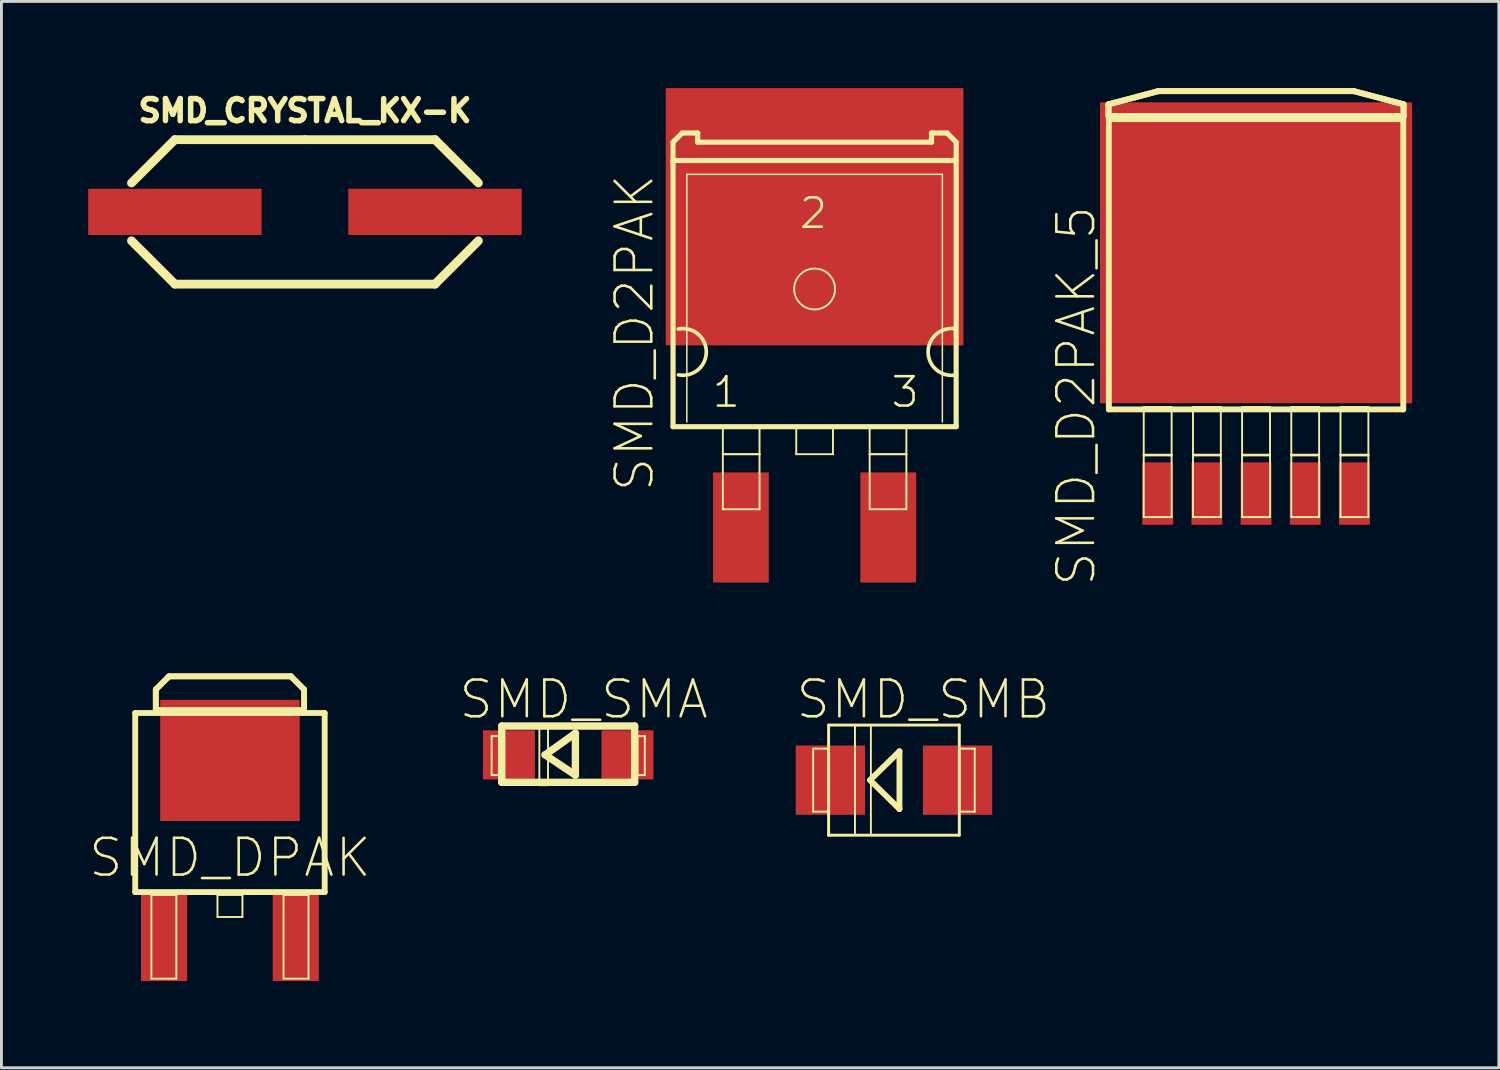
<source format=kicad_pcb>
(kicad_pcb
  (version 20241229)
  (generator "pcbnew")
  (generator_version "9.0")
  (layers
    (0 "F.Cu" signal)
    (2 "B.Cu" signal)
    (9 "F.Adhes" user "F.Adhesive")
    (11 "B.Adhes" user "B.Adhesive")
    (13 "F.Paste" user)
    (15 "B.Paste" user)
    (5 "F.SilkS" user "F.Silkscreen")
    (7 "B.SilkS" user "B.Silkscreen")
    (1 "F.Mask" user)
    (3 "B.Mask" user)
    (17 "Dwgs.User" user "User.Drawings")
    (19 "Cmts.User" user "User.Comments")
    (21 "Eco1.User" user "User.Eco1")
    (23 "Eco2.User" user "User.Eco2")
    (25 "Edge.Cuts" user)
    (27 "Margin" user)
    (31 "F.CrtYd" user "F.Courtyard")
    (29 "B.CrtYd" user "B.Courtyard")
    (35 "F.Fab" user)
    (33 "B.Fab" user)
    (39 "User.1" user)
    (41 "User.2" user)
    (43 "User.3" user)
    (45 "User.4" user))
  (footprint "SMD_SMB"
    (layer "F.Cu")
    (at 27.876 23.939)
    (property "Reference" "SMD_SMB" (at 1.016 -2.794 0) (layer "F.SilkS") (effects (font (size 1.27 1.27) (thickness 0.089))))
    (attr smd)
    (fp_line (start -2.794 -1.09) (end -2.261 -1.09) (stroke (width 0.066) (type solid)) (layer "F.SilkS"))
    (fp_line (start -2.794 1.09) (end -2.794 -1.09) (stroke (width 0.066) (type solid)) (layer "F.SilkS"))
    (fp_line (start -2.794 1.09) (end -2.261 1.09) (stroke (width 0.066) (type solid)) (layer "F.SilkS"))
    (fp_line (start -2.261 -1.905) (end 2.261 -1.905) (stroke (width 0.102) (type solid)) (layer "F.SilkS"))
    (fp_line (start -2.261 1.09) (end -2.261 -1.09) (stroke (width 0.066) (type solid)) (layer "F.SilkS"))
    (fp_line (start -2.261 1.905) (end -2.261 -1.905) (stroke (width 0.102) (type solid)) (layer "F.SilkS"))
    (fp_line (start -2.261 1.905) (end 2.261 1.905) (stroke (width 0.102) (type solid)) (layer "F.SilkS"))
    (fp_line (start -1.349 -1.9) (end -0.798 -1.9) (stroke (width 0.066) (type solid)) (layer "F.SilkS"))
    (fp_line (start -1.349 1.9) (end -1.349 -1.9) (stroke (width 0.066) (type solid)) (layer "F.SilkS"))
    (fp_line (start -1.349 1.9) (end -0.798 1.9) (stroke (width 0.066) (type solid)) (layer "F.SilkS"))
    (fp_line (start -0.828 0) (end 0.191 0.998) (stroke (width 0.203) (type solid)) (layer "F.SilkS"))
    (fp_line (start -0.798 1.9) (end -0.798 -1.9) (stroke (width 0.066) (type solid)) (layer "F.SilkS"))
    (fp_line (start 0.191 -0.998) (end -0.828 0) (stroke (width 0.203) (type solid)) (layer "F.SilkS"))
    (fp_line (start 0.191 0.998) (end 0.191 -0.998) (stroke (width 0.203) (type solid)) (layer "F.SilkS"))
    (fp_line (start 2.261 -1.09) (end 2.794 -1.09) (stroke (width 0.066) (type solid)) (layer "F.SilkS"))
    (fp_line (start 2.261 1.09) (end 2.261 -1.09) (stroke (width 0.066) (type solid)) (layer "F.SilkS"))
    (fp_line (start 2.261 1.09) (end 2.794 1.09) (stroke (width 0.066) (type solid)) (layer "F.SilkS"))
    (fp_line (start 2.261 1.905) (end 2.261 -1.905) (stroke (width 0.102) (type solid)) (layer "F.SilkS"))
    (fp_line (start 2.794 1.09) (end 2.794 -1.09) (stroke (width 0.066) (type solid)) (layer "F.SilkS"))
    (pad "1" smd rect (at -2.2 0) (size 2.398 2.398) (layers "F.Cu" "F.Mask" "F.Paste"))
    (pad "2" smd rect (at 2.2 0) (size 2.398 2.398) (layers "F.Cu" "F.Mask" "F.Paste")))
  (footprint "SMD_DPAK"
    (layer "F.Cu")
    (at 4.905 25.351)
    (property "Reference" "SMD_DPAK" (at 0 1.27 180) (layer "F.SilkS") (effects (font (size 1.27 1.27) (thickness 0.089))))
    (attr smd)
    (fp_line (start -3.277 -3.734) (end 3.277 -3.734) (stroke (width 0.203) (type solid)) (layer "F.SilkS"))
    (fp_line (start -3.277 2.459) (end -3.277 -3.734) (stroke (width 0.203) (type solid)) (layer "F.SilkS"))
    (fp_line (start -2.718 2.56) (end -1.854 2.56) (stroke (width 0.066) (type solid)) (layer "F.SilkS"))
    (fp_line (start -2.718 5.456) (end -2.718 2.56) (stroke (width 0.066) (type solid)) (layer "F.SilkS"))
    (fp_line (start -2.718 5.456) (end -1.854 5.456) (stroke (width 0.066) (type solid)) (layer "F.SilkS"))
    (fp_line (start -2.565 -4.547) (end -2.108 -5.004) (stroke (width 0.198) (type solid)) (layer "F.SilkS"))
    (fp_line (start -2.565 -4.547) (end -2.108 -5.004) (stroke (width 0.203) (type solid)) (layer "F.SilkS"))
    (fp_line (start -2.565 -3.835) (end -2.565 -4.547) (stroke (width 0.198) (type solid)) (layer "F.SilkS"))
    (fp_line (start -2.565 -3.835) (end -2.565 -4.547) (stroke (width 0.203) (type solid)) (layer "F.SilkS"))
    (fp_line (start -2.108 -5.004) (end 2.108 -5.004) (stroke (width 0.198) (type solid)) (layer "F.SilkS"))
    (fp_line (start -2.108 -5.004) (end 2.108 -5.004) (stroke (width 0.203) (type solid)) (layer "F.SilkS"))
    (fp_line (start -1.854 5.456) (end -1.854 2.56) (stroke (width 0.066) (type solid)) (layer "F.SilkS"))
    (fp_line (start -0.432 2.56) (end 0.432 2.56) (stroke (width 0.066) (type solid)) (layer "F.SilkS"))
    (fp_line (start -0.432 3.322) (end -0.432 2.56) (stroke (width 0.066) (type solid)) (layer "F.SilkS"))
    (fp_line (start -0.432 3.322) (end 0.432 3.322) (stroke (width 0.066) (type solid)) (layer "F.SilkS"))
    (fp_line (start 0.432 3.322) (end 0.432 2.56) (stroke (width 0.066) (type solid)) (layer "F.SilkS"))
    (fp_line (start 1.854 2.56) (end 2.718 2.56) (stroke (width 0.066) (type solid)) (layer "F.SilkS"))
    (fp_line (start 1.854 5.456) (end 1.854 2.56) (stroke (width 0.066) (type solid)) (layer "F.SilkS"))
    (fp_line (start 1.854 5.456) (end 2.718 5.456) (stroke (width 0.066) (type solid)) (layer "F.SilkS"))
    (fp_line (start 2.108 -5.004) (end 2.565 -4.547) (stroke (width 0.198) (type solid)) (layer "F.SilkS"))
    (fp_line (start 2.108 -5.004) (end 2.565 -4.547) (stroke (width 0.203) (type solid)) (layer "F.SilkS"))
    (fp_line (start 2.565 -4.547) (end 2.565 -3.835) (stroke (width 0.198) (type solid)) (layer "F.SilkS"))
    (fp_line (start 2.565 -4.547) (end 2.565 -3.835) (stroke (width 0.203) (type solid)) (layer "F.SilkS"))
    (fp_line (start 2.565 -3.835) (end -2.565 -3.835) (stroke (width 0.198) (type solid)) (layer "F.SilkS"))
    (fp_line (start 2.565 -3.835) (end -2.565 -3.835) (stroke (width 0.203) (type solid)) (layer "F.SilkS"))
    (fp_line (start 2.718 5.456) (end 2.718 2.56) (stroke (width 0.066) (type solid)) (layer "F.SilkS"))
    (fp_line (start 3.277 -3.734) (end 3.277 2.459) (stroke (width 0.203) (type solid)) (layer "F.SilkS"))
    (fp_line (start 3.277 2.459) (end -3.277 2.459) (stroke (width 0.203) (type solid)) (layer "F.SilkS"))
    (pad "1" smd rect (at -2.278 4.039) (size 1.598 3) (layers "F.Cu" "F.Mask" "F.Paste"))
    (pad "2" smd rect (at 0 -2.095) (size 4.826 4.191) (layers "F.Cu" "F.Mask" "F.Paste"))
    (pad "3" smd rect (at 2.278 4.039) (size 1.598 3) (layers "F.Cu" "F.Mask" "F.Paste")))
  (footprint "SMD_CRYSTAL_KX-K"
    (layer "F.Cu")
    (at 7.501 4.28)
    (property "Reference" "SMD_CRYSTAL_KX-K" (at 0 -3.5 0) (layer "F.SilkS") (effects (font (size 0.762 0.762) (thickness 0.191))))
    (attr through_hole)
    (fp_line (start -6.002 1.001) (end -4.501 2.499) (stroke (width 0.305) (type solid)) (layer "F.SilkS"))
    (fp_line (start -4.501 -2.499) (end -6.002 -1.001) (stroke (width 0.305) (type solid)) (layer "F.SilkS"))
    (fp_line (start -4.501 2.499) (end 4.498 2.499) (stroke (width 0.305) (type solid)) (layer "F.SilkS"))
    (fp_line (start 0 -2.499) (end -4.501 -2.499) (stroke (width 0.305) (type solid)) (layer "F.SilkS"))
    (fp_line (start 0 -2.499) (end 4.498 -2.499) (stroke (width 0.305) (type solid)) (layer "F.SilkS"))
    (fp_line (start 4.498 -2.499) (end 5.999 -1.001) (stroke (width 0.305) (type solid)) (layer "F.SilkS"))
    (fp_line (start 4.498 2.499) (end 5.999 1.001) (stroke (width 0.305) (type solid)) (layer "F.SilkS"))
    (pad "1" smd rect (at -4.501 0) (size 5.999 1.6) (layers "F.Cu" "F.Mask" "F.Paste"))
    (pad "2" smd rect (at 4.498 0) (size 5.999 1.6) (layers "F.Cu" "F.Mask" "F.Paste")))
  (footprint "SMD_D2PAK"
    (layer "F.Cu")
    (at 25.131 6.948)
    (property "Reference" "SMD_D2PAK" (at -6.233 1.519 90) (layer "F.SilkS") (effects (font (size 1.27 1.27) (thickness 0.089))))
    (attr smd)
    (fp_line (start -4.897 -5.08) (end -4.58 -5.397) (stroke (width 0.178) (type solid)) (layer "F.SilkS"))
    (fp_line (start -4.897 -4.445) (end -4.897 -5.08) (stroke (width 0.178) (type solid)) (layer "F.SilkS"))
    (fp_line (start -4.897 -4.445) (end 4.897 -4.445) (stroke (width 0.178) (type solid)) (layer "F.SilkS"))
    (fp_line (start -4.897 4.763) (end -4.897 -4.445) (stroke (width 0.178) (type solid)) (layer "F.SilkS"))
    (fp_line (start -4.58 -5.397) (end -4.044 -5.397) (stroke (width 0.178) (type solid)) (layer "F.SilkS"))
    (fp_line (start -4.42 -3.967) (end 4.42 -3.967) (stroke (width 0.051) (type solid)) (layer "F.SilkS"))
    (fp_line (start -4.42 4.602) (end -4.42 -3.967) (stroke (width 0.051) (type solid)) (layer "F.SilkS"))
    (fp_line (start -4.044 -5.397) (end -4.044 -5.08) (stroke (width 0.178) (type solid)) (layer "F.SilkS"))
    (fp_line (start -4.044 -5.08) (end 4.044 -5.08) (stroke (width 0.178) (type solid)) (layer "F.SilkS"))
    (fp_line (start -3.175 4.763) (end -1.905 4.763) (stroke (width 0.066) (type solid)) (layer "F.SilkS"))
    (fp_line (start -3.175 5.715) (end -3.175 4.763) (stroke (width 0.066) (type solid)) (layer "F.SilkS"))
    (fp_line (start -3.175 5.715) (end -1.905 5.715) (stroke (width 0.066) (type solid)) (layer "F.SilkS"))
    (fp_line (start -3.175 5.715) (end -1.905 5.715) (stroke (width 0.066) (type solid)) (layer "F.SilkS"))
    (fp_line (start -3.175 7.62) (end -3.175 5.715) (stroke (width 0.066) (type solid)) (layer "F.SilkS"))
    (fp_line (start -3.175 7.62) (end -1.905 7.62) (stroke (width 0.066) (type solid)) (layer "F.SilkS"))
    (fp_line (start -1.905 5.715) (end -1.905 4.763) (stroke (width 0.066) (type solid)) (layer "F.SilkS"))
    (fp_line (start -1.905 7.62) (end -1.905 5.715) (stroke (width 0.066) (type solid)) (layer "F.SilkS"))
    (fp_line (start -0.635 4.76) (end 0.635 4.76) (stroke (width 0.066) (type solid)) (layer "F.SilkS"))
    (fp_line (start -0.635 5.715) (end -0.635 4.76) (stroke (width 0.066) (type solid)) (layer "F.SilkS"))
    (fp_line (start -0.635 5.715) (end 0.635 5.715) (stroke (width 0.066) (type solid)) (layer "F.SilkS"))
    (fp_line (start 0.635 5.715) (end 0.635 4.76) (stroke (width 0.066) (type solid)) (layer "F.SilkS"))
    (fp_line (start 1.905 4.763) (end 3.175 4.763) (stroke (width 0.066) (type solid)) (layer "F.SilkS"))
    (fp_line (start 1.905 5.715) (end 1.905 4.763) (stroke (width 0.066) (type solid)) (layer "F.SilkS"))
    (fp_line (start 1.905 5.715) (end 3.175 5.715) (stroke (width 0.066) (type solid)) (layer "F.SilkS"))
    (fp_line (start 1.905 5.715) (end 3.175 5.715) (stroke (width 0.066) (type solid)) (layer "F.SilkS"))
    (fp_line (start 1.905 7.62) (end 1.905 5.715) (stroke (width 0.066) (type solid)) (layer "F.SilkS"))
    (fp_line (start 1.905 7.62) (end 3.175 7.62) (stroke (width 0.066) (type solid)) (layer "F.SilkS"))
    (fp_line (start 3.175 5.715) (end 3.175 4.763) (stroke (width 0.066) (type solid)) (layer "F.SilkS"))
    (fp_line (start 3.175 7.62) (end 3.175 5.715) (stroke (width 0.066) (type solid)) (layer "F.SilkS"))
    (fp_line (start 4.044 -5.397) (end 4.58 -5.397) (stroke (width 0.178) (type solid)) (layer "F.SilkS"))
    (fp_line (start 4.044 -5.08) (end 4.044 -5.397) (stroke (width 0.178) (type solid)) (layer "F.SilkS"))
    (fp_line (start 4.42 -3.967) (end 4.42 4.602) (stroke (width 0.051) (type solid)) (layer "F.SilkS"))
    (fp_line (start 4.58 -5.397) (end 4.897 -5.08) (stroke (width 0.178) (type solid)) (layer "F.SilkS"))
    (fp_line (start 4.897 -5.08) (end 4.897 -4.445) (stroke (width 0.178) (type solid)) (layer "F.SilkS"))
    (fp_line (start 4.897 -4.445) (end 4.897 4.763) (stroke (width 0.178) (type solid)) (layer "F.SilkS"))
    (fp_line (start 4.897 4.763) (end -4.897 4.763) (stroke (width 0.178) (type solid)) (layer "F.SilkS"))
    (fp_arc (start -4.71424 1.3843) (mid -3.745749 2.17444) (end -4.70965 2.970173) (stroke (width 0.127) (type solid)) (layer "F.SilkS"))
    (fp_arc (start 4.89712 2.9718) (mid 3.926138 2.178624) (end 4.893502 1.38104) (stroke (width 0.127) (type solid)) (layer "F.SilkS"))
    (fp_circle (center 0 0) (end -0.5 0.5) (stroke (width 0.064) (type solid)) (fill no) (layer "F.SilkS"))
    (fp_text user "3" (at 3.132 3.566 0) (layer "F.SilkS") (effects (font (size 1.016 1.016) (thickness 0.089))))
    (fp_text user "1" (at -3.056 3.566 0) (layer "F.SilkS") (effects (font (size 1.016 1.016) (thickness 0.089))))
    (fp_text user "2" (at -0.041 -2.621 0) (layer "F.SilkS") (effects (font (size 1.016 1.016) (thickness 0.089))))
    (pad "1" smd rect (at -2.548 8.25 90) (size 3.81 1.93) (layers "F.Cu" "F.Mask" "F.Paste"))
    (pad "2" smd rect (at 0 -2.499) (size 10.3 8.898) (layers "F.Cu" "F.Mask" "F.Paste"))
    (pad "3" smd rect (at 2.548 8.25 90) (size 3.81 1.93) (layers "F.Cu" "F.Mask" "F.Paste")))
  (footprint "SMD_D2PAK_5"
    (layer "F.Cu")
    (at 40.403 8.235)
    (property "Reference" "SMD_D2PAK_5" (at -6.223 2.413 90) (layer "F.SilkS") (effects (font (size 1.27 1.27) (thickness 0.089))))
    (attr smd)
    (fp_line (start -5.105 -7.676) (end -3.378 -8.133) (stroke (width 0.203) (type solid)) (layer "F.SilkS"))
    (fp_line (start -5.105 -7.267) (end -5.105 -7.676) (stroke (width 0.203) (type solid)) (layer "F.SilkS"))
    (fp_line (start -5.103 -7.676) (end -3.376 -8.133) (stroke (width 0.203) (type solid)) (layer "F.SilkS"))
    (fp_line (start -5.103 -7.267) (end -5.103 -7.676) (stroke (width 0.203) (type solid)) (layer "F.SilkS"))
    (fp_line (start -5.093 -7.163) (end 5.093 -7.163) (stroke (width 0.203) (type solid)) (layer "F.SilkS"))
    (fp_line (start -5.093 2.878) (end -5.093 -7.163) (stroke (width 0.203) (type solid)) (layer "F.SilkS"))
    (fp_line (start -3.886 2.794) (end -2.921 2.794) (stroke (width 0.066) (type solid)) (layer "F.SilkS"))
    (fp_line (start -3.886 4.445) (end -2.921 4.445) (stroke (width 0.066) (type solid)) (layer "F.SilkS"))
    (fp_line (start -3.886 4.47) (end -3.886 2.794) (stroke (width 0.066) (type solid)) (layer "F.SilkS"))
    (fp_line (start -3.886 4.47) (end -2.921 4.47) (stroke (width 0.066) (type solid)) (layer "F.SilkS"))
    (fp_line (start -3.886 6.604) (end -3.886 4.445) (stroke (width 0.066) (type solid)) (layer "F.SilkS"))
    (fp_line (start -3.886 6.604) (end -2.921 6.604) (stroke (width 0.066) (type solid)) (layer "F.SilkS"))
    (fp_line (start -3.378 -8.133) (end 3.378 -8.133) (stroke (width 0.203) (type solid)) (layer "F.SilkS"))
    (fp_line (start -3.376 -8.133) (end 3.376 -8.133) (stroke (width 0.203) (type solid)) (layer "F.SilkS"))
    (fp_line (start -2.921 4.47) (end -2.921 2.794) (stroke (width 0.066) (type solid)) (layer "F.SilkS"))
    (fp_line (start -2.921 6.604) (end -2.921 4.445) (stroke (width 0.066) (type solid)) (layer "F.SilkS"))
    (fp_line (start -2.182 2.794) (end -1.219 2.794) (stroke (width 0.066) (type solid)) (layer "F.SilkS"))
    (fp_line (start -2.182 4.445) (end -1.219 4.445) (stroke (width 0.066) (type solid)) (layer "F.SilkS"))
    (fp_line (start -2.182 4.47) (end -2.182 2.794) (stroke (width 0.066) (type solid)) (layer "F.SilkS"))
    (fp_line (start -2.182 4.47) (end -1.219 4.47) (stroke (width 0.066) (type solid)) (layer "F.SilkS"))
    (fp_line (start -2.182 6.604) (end -2.182 4.445) (stroke (width 0.066) (type solid)) (layer "F.SilkS"))
    (fp_line (start -2.182 6.604) (end -1.219 6.604) (stroke (width 0.066) (type solid)) (layer "F.SilkS"))
    (fp_line (start -1.219 4.47) (end -1.219 2.794) (stroke (width 0.066) (type solid)) (layer "F.SilkS"))
    (fp_line (start -1.219 6.604) (end -1.219 4.445) (stroke (width 0.066) (type solid)) (layer "F.SilkS"))
    (fp_line (start -0.483 2.794) (end 0.483 2.794) (stroke (width 0.066) (type solid)) (layer "F.SilkS"))
    (fp_line (start -0.483 4.445) (end 0.483 4.445) (stroke (width 0.066) (type solid)) (layer "F.SilkS"))
    (fp_line (start -0.483 4.47) (end -0.483 2.794) (stroke (width 0.066) (type solid)) (layer "F.SilkS"))
    (fp_line (start -0.483 4.47) (end 0.483 4.47) (stroke (width 0.066) (type solid)) (layer "F.SilkS"))
    (fp_line (start -0.483 6.604) (end -0.483 4.445) (stroke (width 0.066) (type solid)) (layer "F.SilkS"))
    (fp_line (start -0.483 6.604) (end 0.483 6.604) (stroke (width 0.066) (type solid)) (layer "F.SilkS"))
    (fp_line (start 0.483 4.47) (end 0.483 2.794) (stroke (width 0.066) (type solid)) (layer "F.SilkS"))
    (fp_line (start 0.483 6.604) (end 0.483 4.445) (stroke (width 0.066) (type solid)) (layer "F.SilkS"))
    (fp_line (start 1.219 2.794) (end 2.182 2.794) (stroke (width 0.066) (type solid)) (layer "F.SilkS"))
    (fp_line (start 1.219 4.445) (end 2.182 4.445) (stroke (width 0.066) (type solid)) (layer "F.SilkS"))
    (fp_line (start 1.219 4.47) (end 1.219 2.794) (stroke (width 0.066) (type solid)) (layer "F.SilkS"))
    (fp_line (start 1.219 4.47) (end 2.182 4.47) (stroke (width 0.066) (type solid)) (layer "F.SilkS"))
    (fp_line (start 1.219 6.604) (end 1.219 4.445) (stroke (width 0.066) (type solid)) (layer "F.SilkS"))
    (fp_line (start 1.219 6.604) (end 2.182 6.604) (stroke (width 0.066) (type solid)) (layer "F.SilkS"))
    (fp_line (start 2.182 4.47) (end 2.182 2.794) (stroke (width 0.066) (type solid)) (layer "F.SilkS"))
    (fp_line (start 2.182 6.604) (end 2.182 4.445) (stroke (width 0.066) (type solid)) (layer "F.SilkS"))
    (fp_line (start 2.921 2.794) (end 3.886 2.794) (stroke (width 0.066) (type solid)) (layer "F.SilkS"))
    (fp_line (start 2.921 4.445) (end 3.886 4.445) (stroke (width 0.066) (type solid)) (layer "F.SilkS"))
    (fp_line (start 2.921 4.47) (end 2.921 2.794) (stroke (width 0.066) (type solid)) (layer "F.SilkS"))
    (fp_line (start 2.921 4.47) (end 3.886 4.47) (stroke (width 0.066) (type solid)) (layer "F.SilkS"))
    (fp_line (start 2.921 6.604) (end 2.921 4.445) (stroke (width 0.066) (type solid)) (layer "F.SilkS"))
    (fp_line (start 2.921 6.604) (end 3.886 6.604) (stroke (width 0.066) (type solid)) (layer "F.SilkS"))
    (fp_line (start 3.376 -8.133) (end 5.103 -7.676) (stroke (width 0.203) (type solid)) (layer "F.SilkS"))
    (fp_line (start 3.378 -8.133) (end 5.105 -7.676) (stroke (width 0.203) (type solid)) (layer "F.SilkS"))
    (fp_line (start 3.886 4.47) (end 3.886 2.794) (stroke (width 0.066) (type solid)) (layer "F.SilkS"))
    (fp_line (start 3.886 6.604) (end 3.886 4.445) (stroke (width 0.066) (type solid)) (layer "F.SilkS"))
    (fp_line (start 5.093 -7.163) (end 5.093 2.878) (stroke (width 0.203) (type solid)) (layer "F.SilkS"))
    (fp_line (start 5.093 2.878) (end -5.093 2.878) (stroke (width 0.203) (type solid)) (layer "F.SilkS"))
    (fp_line (start 5.103 -7.676) (end 5.103 -7.267) (stroke (width 0.203) (type solid)) (layer "F.SilkS"))
    (fp_line (start 5.103 -7.267) (end -5.103 -7.267) (stroke (width 0.203) (type solid)) (layer "F.SilkS"))
    (fp_line (start 5.105 -7.676) (end 5.105 -7.267) (stroke (width 0.203) (type solid)) (layer "F.SilkS"))
    (fp_line (start 5.105 -7.267) (end -5.105 -7.267) (stroke (width 0.203) (type solid)) (layer "F.SilkS"))
    (pad "1" smd rect (at -3.404 5.791) (size 1.067 2.159) (layers "F.Cu" "F.Mask" "F.Paste"))
    (pad "2" smd rect (at -1.702 5.791) (size 1.067 2.159) (layers "F.Cu" "F.Mask" "F.Paste"))
    (pad "3" smd rect (at 0 5.791) (size 1.067 2.159) (layers "F.Cu" "F.Mask" "F.Paste"))
    (pad "4" smd rect (at 1.702 5.791) (size 1.067 2.159) (layers "F.Cu" "F.Mask" "F.Paste"))
    (pad "5" smd rect (at 3.404 5.791) (size 1.067 2.159) (layers "F.Cu" "F.Mask" "F.Paste"))
    (pad "6" smd rect (at 0 -2.54) (size 10.798 10.409) (layers "F.Cu" "F.Mask" "F.Paste")))
  (footprint "SMD_SMA"
    (layer "F.Cu")
    (at 16.607 23.065)
    (property "Reference" "SMD_SMA" (at 0.533 -1.92 0) (layer "F.SilkS") (effects (font (size 1.27 1.27) (thickness 0.089))))
    (attr smd)
    (fp_line (start -2.649 -0.648) (end -2.398 -0.648) (stroke (width 0.066) (type solid)) (layer "F.SilkS"))
    (fp_line (start -2.649 0.699) (end -2.649 -0.648) (stroke (width 0.066) (type solid)) (layer "F.SilkS"))
    (fp_line (start -2.649 0.699) (end -2.398 0.699) (stroke (width 0.066) (type solid)) (layer "F.SilkS"))
    (fp_line (start -2.398 0.699) (end -2.398 -0.648) (stroke (width 0.066) (type solid)) (layer "F.SilkS"))
    (fp_line (start -2.299 -0.998) (end 2.299 -0.998) (stroke (width 0.254) (type solid)) (layer "F.SilkS"))
    (fp_line (start -2.299 0.95) (end -2.299 -0.998) (stroke (width 0.254) (type solid)) (layer "F.SilkS"))
    (fp_line (start -0.998 -1.049) (end -0.699 -1.049) (stroke (width 0.066) (type solid)) (layer "F.SilkS"))
    (fp_line (start -0.998 1.049) (end -0.998 -1.049) (stroke (width 0.066) (type solid)) (layer "F.SilkS"))
    (fp_line (start -0.998 1.049) (end -0.699 1.049) (stroke (width 0.066) (type solid)) (layer "F.SilkS"))
    (fp_line (start -0.798 0) (end 0.249 -0.749) (stroke (width 0.254) (type solid)) (layer "F.SilkS"))
    (fp_line (start -0.699 1.049) (end -0.699 -1.049) (stroke (width 0.066) (type solid)) (layer "F.SilkS"))
    (fp_line (start 0.249 -0.749) (end 0.249 0.699) (stroke (width 0.254) (type solid)) (layer "F.SilkS"))
    (fp_line (start 0.249 0.699) (end -0.798 0) (stroke (width 0.254) (type solid)) (layer "F.SilkS"))
    (fp_line (start 2.299 -0.998) (end 2.299 0.95) (stroke (width 0.254) (type solid)) (layer "F.SilkS"))
    (fp_line (start 2.299 0.95) (end -2.299 0.95) (stroke (width 0.254) (type solid)) (layer "F.SilkS"))
    (fp_line (start 2.398 -0.648) (end 2.649 -0.648) (stroke (width 0.066) (type solid)) (layer "F.SilkS"))
    (fp_line (start 2.398 0.699) (end 2.398 -0.648) (stroke (width 0.066) (type solid)) (layer "F.SilkS"))
    (fp_line (start 2.398 0.699) (end 2.649 0.699) (stroke (width 0.066) (type solid)) (layer "F.SilkS"))
    (fp_line (start 2.649 0.699) (end 2.649 -0.648) (stroke (width 0.066) (type solid)) (layer "F.SilkS"))
    (pad "1" smd rect (at -2.05 0) (size 1.798 1.699) (layers "F.Cu" "F.Mask" "F.Paste"))
    (pad "2" smd rect (at 2.05 0) (size 1.798 1.699) (layers "F.Cu" "F.Mask" "F.Paste")))
  (gr_rect
    (start -3 -3)
    (end 48.801 33.89)
    (stroke (width 0.1) (type default))
    (fill no)
    (layer "Edge.Cuts")))
</source>
